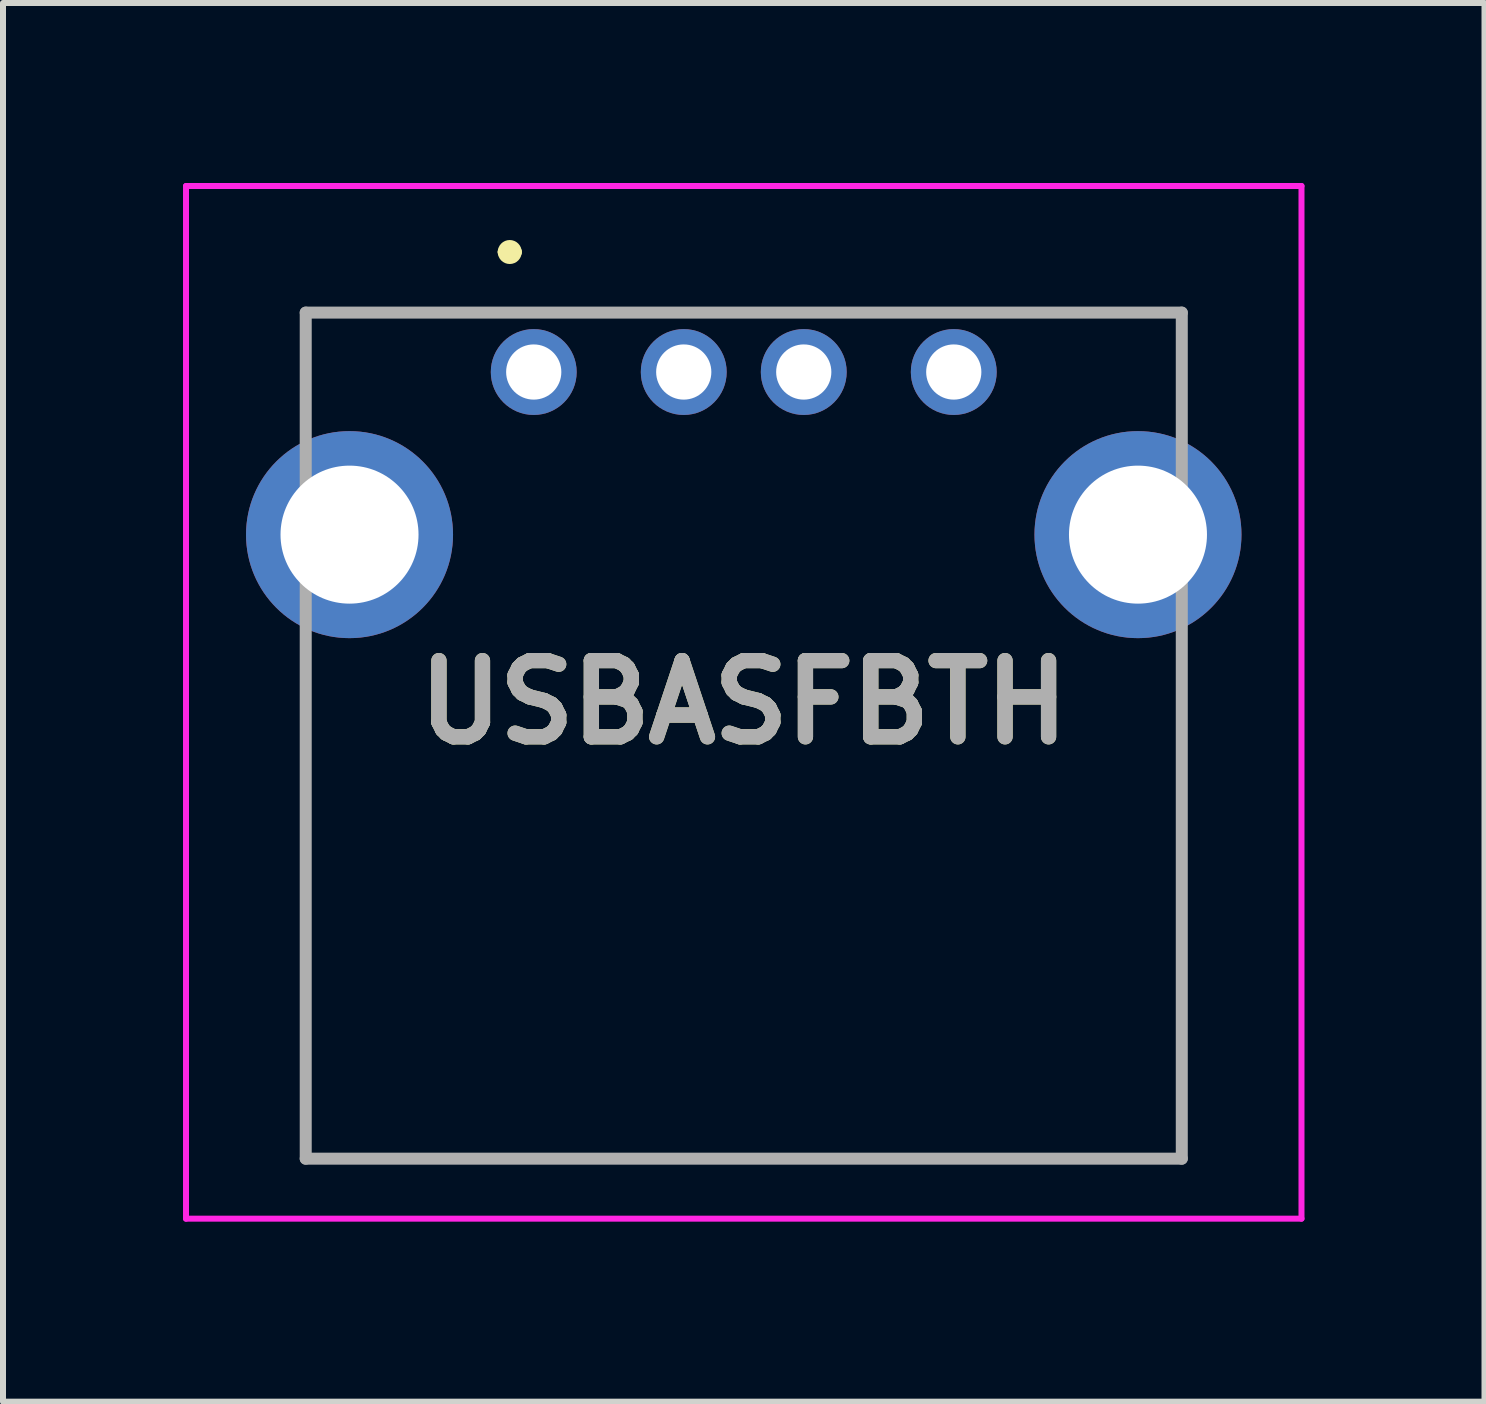
<source format=kicad_pcb>
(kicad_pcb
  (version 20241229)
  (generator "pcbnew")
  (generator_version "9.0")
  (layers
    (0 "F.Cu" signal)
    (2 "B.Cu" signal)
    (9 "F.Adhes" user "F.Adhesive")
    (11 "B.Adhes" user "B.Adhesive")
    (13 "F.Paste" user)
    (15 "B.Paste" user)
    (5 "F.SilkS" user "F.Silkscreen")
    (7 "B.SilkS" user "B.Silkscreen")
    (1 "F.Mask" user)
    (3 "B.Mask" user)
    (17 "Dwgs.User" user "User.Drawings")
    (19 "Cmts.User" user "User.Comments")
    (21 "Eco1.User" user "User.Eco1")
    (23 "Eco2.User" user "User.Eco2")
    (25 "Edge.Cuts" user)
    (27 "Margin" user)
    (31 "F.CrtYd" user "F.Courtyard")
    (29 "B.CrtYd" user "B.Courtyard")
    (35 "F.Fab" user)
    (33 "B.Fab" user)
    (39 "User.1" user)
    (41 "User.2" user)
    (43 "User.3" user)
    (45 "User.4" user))
  (footprint "USBASFBTH"
    (layer "F.Cu")
    (at 5.845 3.15)
    (property "Reference" "USBASFBTH" (at 3.5 5.505 0) (layer "F.SilkS") (effects (font (size 1.27 1.27) (thickness 0.254))))
    (attr through_hole)
    (fp_line (start -3.8 -1) (end 10.8 -0.99) (stroke (width 0.1) (type solid)) (layer "F.SilkS"))
    (fp_line (start -3.8 5) (end -3.8 13.11) (stroke (width 0.1) (type solid)) (layer "F.SilkS"))
    (fp_line (start -3.8 13.11) (end 10.8 13.11) (stroke (width 0.1) (type solid)) (layer "F.SilkS"))
    (fp_line (start -0.5 -2) (end -0.5 -2) (stroke (width 0.2) (type solid)) (layer "F.SilkS"))
    (fp_line (start -0.3 -2) (end -0.3 -2) (stroke (width 0.2) (type solid)) (layer "F.SilkS"))
    (fp_line (start 10.8 13.11) (end 10.8 5.5) (stroke (width 0.1) (type solid)) (layer "F.SilkS"))
    (fp_arc (start -0.5 -2) (mid -0.4 -2.1) (end -0.3 -2) (stroke (width 0.2) (type solid)) (layer "F.SilkS"))
    (fp_arc (start -0.3 -2) (mid -0.4 -1.9) (end -0.5 -2) (stroke (width 0.2) (type solid)) (layer "F.SilkS"))
    (fp_line (start -5.795 -3.1) (end 12.795 -3.1) (stroke (width 0.1) (type solid)) (layer "F.CrtYd"))
    (fp_line (start -5.795 14.11) (end -5.795 -3.1) (stroke (width 0.1) (type solid)) (layer "F.CrtYd"))
    (fp_line (start 12.795 -3.1) (end 12.795 14.11) (stroke (width 0.1) (type solid)) (layer "F.CrtYd"))
    (fp_line (start 12.795 14.11) (end -5.795 14.11) (stroke (width 0.1) (type solid)) (layer "F.CrtYd"))
    (fp_line (start -3.8 -0.99) (end 10.8 -0.99) (stroke (width 0.2) (type solid)) (layer "F.Fab"))
    (fp_line (start -3.8 13.11) (end -3.8 -0.99) (stroke (width 0.2) (type solid)) (layer "F.Fab"))
    (fp_line (start 10.8 -0.99) (end 10.8 13.11) (stroke (width 0.2) (type solid)) (layer "F.Fab"))
    (fp_line (start 10.8 13.11) (end -3.8 13.11) (stroke (width 0.2) (type solid)) (layer "F.Fab"))
    (fp_text user "${REFERENCE}" (at 3.5 5.505 0) (layer "F.Fab") (effects (font (size 1.27 1.27) (thickness 0.254))))
    (pad "1" thru_hole circle (at 0 0) (size 1.431 1.431) (drill 0.92) (layers "*.Cu" "*.Mask"))
    (pad "2" thru_hole circle (at 2.5 0) (size 1.431 1.431) (drill 0.92) (layers "*.Cu" "*.Mask"))
    (pad "3" thru_hole circle (at 4.5 0) (size 1.431 1.431) (drill 0.92) (layers "*.Cu" "*.Mask"))
    (pad "4" thru_hole circle (at 7 0) (size 1.431 1.431) (drill 0.92) (layers "*.Cu" "*.Mask"))
    (pad "MH1" thru_hole circle (at -3.07 2.71) (size 3.45 3.45) (drill 2.3) (layers "*.Cu" "*.Mask"))
    (pad "MH2" thru_hole circle (at 10.07 2.71) (size 3.45 3.45) (drill 2.3) (layers "*.Cu" "*.Mask")))
  (gr_rect
    (start -3 -3)
    (end 21.69 20.31)
    (stroke (width 0.1) (type default))
    (fill no)
    (layer "Edge.Cuts")))
</source>
